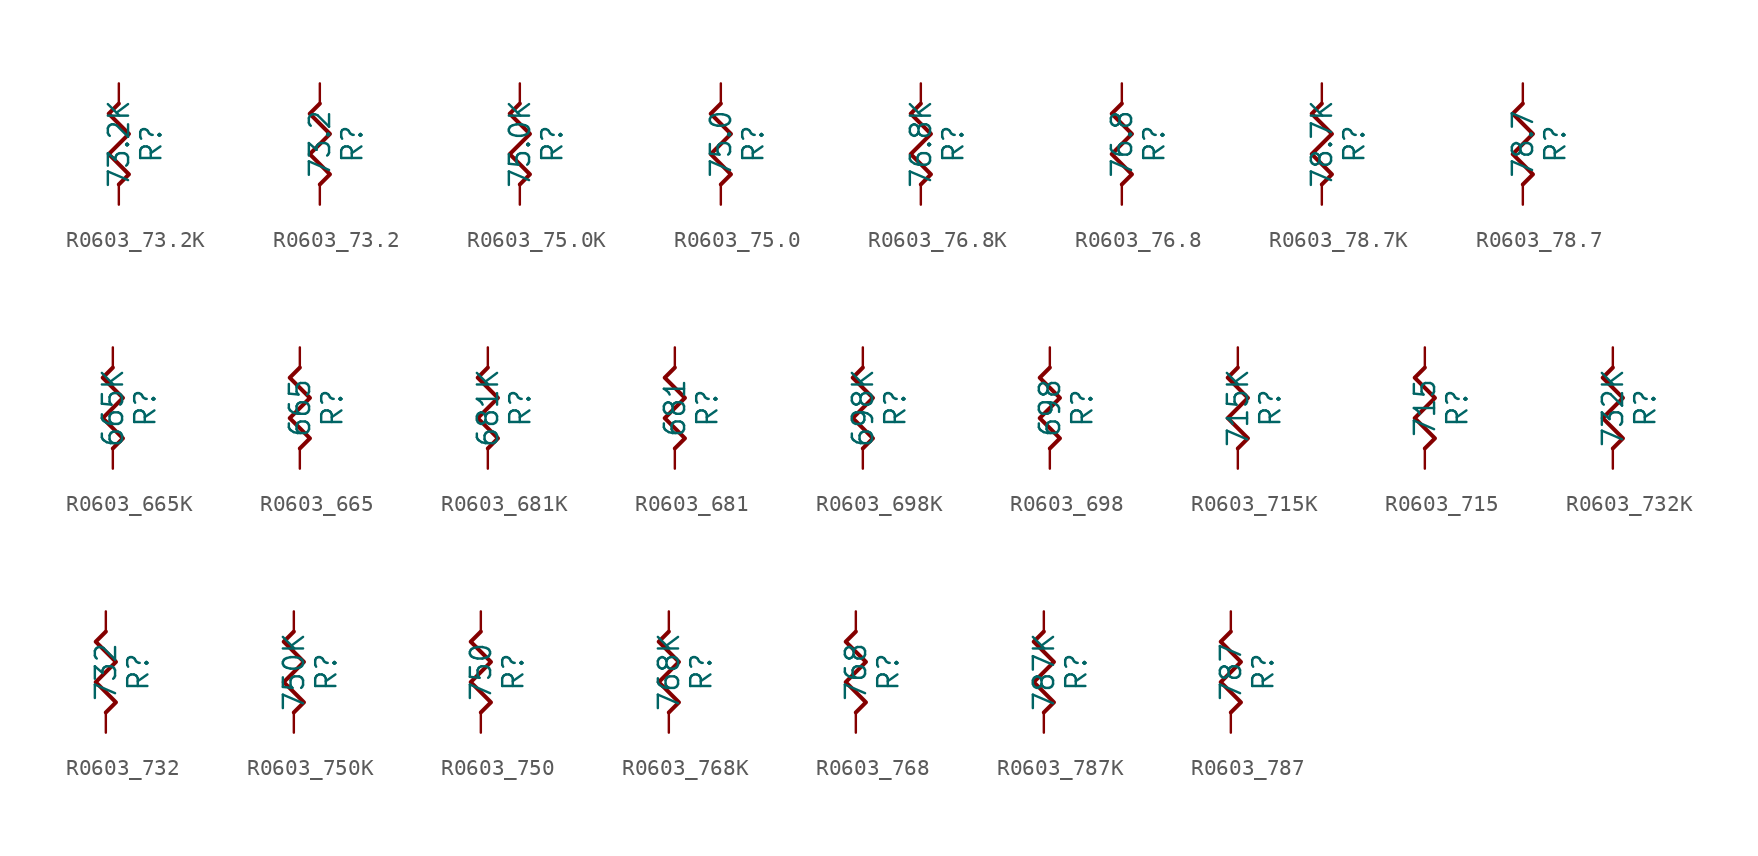
<source format=kicad_sym>
(kicad_symbol_lib
  (version 20211014)
  (generator atlantix-eda)
  (symbol "R0603_73.2K"
    (pin_numbers hide)
    (pin_names
      (offset 0))
    (property "Reference" "R"
      (at 2.032 0 90)
      (effects (font (size 1.27 1.27))))
    (property "Value" "73.2K"
      (at 0 0 90)
      (effects (font (size 1.27 1.27))))
    (symbol "R0603_73.2K_0_1"
      (polyline (pts (xy 0 -2.54) (xy 0.635 -1.905) (xy -0.635 -0.635) (xy 0.635 0.635) (xy -0.635 1.905) (xy 0 2.54)) (stroke (width 0.254) (type default) (color 0 0 0 0)) (fill (type none))))
    (symbol "R0603_73.2K_1_1"
      (pin passive line (at 0 3.81 270) (length 1.27) (name "~" (effects (font (size 1.27 1.27)))) (number "1" (effects (font (size 1.27 1.27)))))
      (pin passive line (at 0 -3.81 90) (length 1.27) (name "~" (effects (font (size 1.27 1.27)))) (number "2" (effects (font (size 1.27 1.27)))))))
  (symbol "R0603_73.2"
    (pin_numbers hide)
    (pin_names
      (offset 0))
    (property "Reference" "R"
      (at 2.032 0 90)
      (effects (font (size 1.27 1.27))))
    (property "Value" "73.2"
      (at 0 0 90)
      (effects (font (size 1.27 1.27))))
    (symbol "R0603_73.2_0_1"
      (polyline (pts (xy 0 -2.54) (xy 0.635 -1.905) (xy -0.635 -0.635) (xy 0.635 0.635) (xy -0.635 1.905) (xy 0 2.54)) (stroke (width 0.254) (type default) (color 0 0 0 0)) (fill (type none))))
    (symbol "R0603_73.2_1_1"
      (pin passive line (at 0 3.81 270) (length 1.27) (name "~" (effects (font (size 1.27 1.27)))) (number "1" (effects (font (size 1.27 1.27)))))
      (pin passive line (at 0 -3.81 90) (length 1.27) (name "~" (effects (font (size 1.27 1.27)))) (number "2" (effects (font (size 1.27 1.27)))))))
  (symbol "R0603_75.0K"
    (pin_numbers hide)
    (pin_names
      (offset 0))
    (property "Reference" "R"
      (at 2.032 0 90)
      (effects (font (size 1.27 1.27))))
    (property "Value" "75.0K"
      (at 0 0 90)
      (effects (font (size 1.27 1.27))))
    (symbol "R0603_75.0K_0_1"
      (polyline (pts (xy 0 -2.54) (xy 0.635 -1.905) (xy -0.635 -0.635) (xy 0.635 0.635) (xy -0.635 1.905) (xy 0 2.54)) (stroke (width 0.254) (type default) (color 0 0 0 0)) (fill (type none))))
    (symbol "R0603_75.0K_1_1"
      (pin passive line (at 0 3.81 270) (length 1.27) (name "~" (effects (font (size 1.27 1.27)))) (number "1" (effects (font (size 1.27 1.27)))))
      (pin passive line (at 0 -3.81 90) (length 1.27) (name "~" (effects (font (size 1.27 1.27)))) (number "2" (effects (font (size 1.27 1.27)))))))
  (symbol "R0603_75.0"
    (pin_numbers hide)
    (pin_names
      (offset 0))
    (property "Reference" "R"
      (at 2.032 0 90)
      (effects (font (size 1.27 1.27))))
    (property "Value" "75.0"
      (at 0 0 90)
      (effects (font (size 1.27 1.27))))
    (symbol "R0603_75.0_0_1"
      (polyline (pts (xy 0 -2.54) (xy 0.635 -1.905) (xy -0.635 -0.635) (xy 0.635 0.635) (xy -0.635 1.905) (xy 0 2.54)) (stroke (width 0.254) (type default) (color 0 0 0 0)) (fill (type none))))
    (symbol "R0603_75.0_1_1"
      (pin passive line (at 0 3.81 270) (length 1.27) (name "~" (effects (font (size 1.27 1.27)))) (number "1" (effects (font (size 1.27 1.27)))))
      (pin passive line (at 0 -3.81 90) (length 1.27) (name "~" (effects (font (size 1.27 1.27)))) (number "2" (effects (font (size 1.27 1.27)))))))
  (symbol "R0603_76.8K"
    (pin_numbers hide)
    (pin_names
      (offset 0))
    (property "Reference" "R"
      (at 2.032 0 90)
      (effects (font (size 1.27 1.27))))
    (property "Value" "76.8K"
      (at 0 0 90)
      (effects (font (size 1.27 1.27))))
    (symbol "R0603_76.8K_0_1"
      (polyline (pts (xy 0 -2.54) (xy 0.635 -1.905) (xy -0.635 -0.635) (xy 0.635 0.635) (xy -0.635 1.905) (xy 0 2.54)) (stroke (width 0.254) (type default) (color 0 0 0 0)) (fill (type none))))
    (symbol "R0603_76.8K_1_1"
      (pin passive line (at 0 3.81 270) (length 1.27) (name "~" (effects (font (size 1.27 1.27)))) (number "1" (effects (font (size 1.27 1.27)))))
      (pin passive line (at 0 -3.81 90) (length 1.27) (name "~" (effects (font (size 1.27 1.27)))) (number "2" (effects (font (size 1.27 1.27)))))))
  (symbol "R0603_76.8"
    (pin_numbers hide)
    (pin_names
      (offset 0))
    (property "Reference" "R"
      (at 2.032 0 90)
      (effects (font (size 1.27 1.27))))
    (property "Value" "76.8"
      (at 0 0 90)
      (effects (font (size 1.27 1.27))))
    (symbol "R0603_76.8_0_1"
      (polyline (pts (xy 0 -2.54) (xy 0.635 -1.905) (xy -0.635 -0.635) (xy 0.635 0.635) (xy -0.635 1.905) (xy 0 2.54)) (stroke (width 0.254) (type default) (color 0 0 0 0)) (fill (type none))))
    (symbol "R0603_76.8_1_1"
      (pin passive line (at 0 3.81 270) (length 1.27) (name "~" (effects (font (size 1.27 1.27)))) (number "1" (effects (font (size 1.27 1.27)))))
      (pin passive line (at 0 -3.81 90) (length 1.27) (name "~" (effects (font (size 1.27 1.27)))) (number "2" (effects (font (size 1.27 1.27)))))))
  (symbol "R0603_78.7K"
    (pin_numbers hide)
    (pin_names
      (offset 0))
    (property "Reference" "R"
      (at 2.032 0 90)
      (effects (font (size 1.27 1.27))))
    (property "Value" "78.7K"
      (at 0 0 90)
      (effects (font (size 1.27 1.27))))
    (symbol "R0603_78.7K_0_1"
      (polyline (pts (xy 0 -2.54) (xy 0.635 -1.905) (xy -0.635 -0.635) (xy 0.635 0.635) (xy -0.635 1.905) (xy 0 2.54)) (stroke (width 0.254) (type default) (color 0 0 0 0)) (fill (type none))))
    (symbol "R0603_78.7K_1_1"
      (pin passive line (at 0 3.81 270) (length 1.27) (name "~" (effects (font (size 1.27 1.27)))) (number "1" (effects (font (size 1.27 1.27)))))
      (pin passive line (at 0 -3.81 90) (length 1.27) (name "~" (effects (font (size 1.27 1.27)))) (number "2" (effects (font (size 1.27 1.27)))))))
  (symbol "R0603_78.7"
    (pin_numbers hide)
    (pin_names
      (offset 0))
    (property "Reference" "R"
      (at 2.032 0 90)
      (effects (font (size 1.27 1.27))))
    (property "Value" "78.7"
      (at 0 0 90)
      (effects (font (size 1.27 1.27))))
    (symbol "R0603_78.7_0_1"
      (polyline (pts (xy 0 -2.54) (xy 0.635 -1.905) (xy -0.635 -0.635) (xy 0.635 0.635) (xy -0.635 1.905) (xy 0 2.54)) (stroke (width 0.254) (type default) (color 0 0 0 0)) (fill (type none))))
    (symbol "R0603_78.7_1_1"
      (pin passive line (at 0 3.81 270) (length 1.27) (name "~" (effects (font (size 1.27 1.27)))) (number "1" (effects (font (size 1.27 1.27)))))
      (pin passive line (at 0 -3.81 90) (length 1.27) (name "~" (effects (font (size 1.27 1.27)))) (number "2" (effects (font (size 1.27 1.27)))))))
  (symbol "R0603_665K"
    (pin_numbers hide)
    (pin_names
      (offset 0))
    (property "Reference" "R"
      (at 2.032 0 90)
      (effects (font (size 1.27 1.27))))
    (property "Value" "665K"
      (at 0 0 90)
      (effects (font (size 1.27 1.27))))
    (symbol "R0603_665K_0_1"
      (polyline (pts (xy 0 -2.54) (xy 0.635 -1.905) (xy -0.635 -0.635) (xy 0.635 0.635) (xy -0.635 1.905) (xy 0 2.54)) (stroke (width 0.254) (type default) (color 0 0 0 0)) (fill (type none))))
    (symbol "R0603_665K_1_1"
      (pin passive line (at 0 3.81 270) (length 1.27) (name "~" (effects (font (size 1.27 1.27)))) (number "1" (effects (font (size 1.27 1.27)))))
      (pin passive line (at 0 -3.81 90) (length 1.27) (name "~" (effects (font (size 1.27 1.27)))) (number "2" (effects (font (size 1.27 1.27)))))))
  (symbol "R0603_665"
    (pin_numbers hide)
    (pin_names
      (offset 0))
    (property "Reference" "R"
      (at 2.032 0 90)
      (effects (font (size 1.27 1.27))))
    (property "Value" "665"
      (at 0 0 90)
      (effects (font (size 1.27 1.27))))
    (symbol "R0603_665_0_1"
      (polyline (pts (xy 0 -2.54) (xy 0.635 -1.905) (xy -0.635 -0.635) (xy 0.635 0.635) (xy -0.635 1.905) (xy 0 2.54)) (stroke (width 0.254) (type default) (color 0 0 0 0)) (fill (type none))))
    (symbol "R0603_665_1_1"
      (pin passive line (at 0 3.81 270) (length 1.27) (name "~" (effects (font (size 1.27 1.27)))) (number "1" (effects (font (size 1.27 1.27)))))
      (pin passive line (at 0 -3.81 90) (length 1.27) (name "~" (effects (font (size 1.27 1.27)))) (number "2" (effects (font (size 1.27 1.27)))))))
  (symbol "R0603_681K"
    (pin_numbers hide)
    (pin_names
      (offset 0))
    (property "Reference" "R"
      (at 2.032 0 90)
      (effects (font (size 1.27 1.27))))
    (property "Value" "681K"
      (at 0 0 90)
      (effects (font (size 1.27 1.27))))
    (symbol "R0603_681K_0_1"
      (polyline (pts (xy 0 -2.54) (xy 0.635 -1.905) (xy -0.635 -0.635) (xy 0.635 0.635) (xy -0.635 1.905) (xy 0 2.54)) (stroke (width 0.254) (type default) (color 0 0 0 0)) (fill (type none))))
    (symbol "R0603_681K_1_1"
      (pin passive line (at 0 3.81 270) (length 1.27) (name "~" (effects (font (size 1.27 1.27)))) (number "1" (effects (font (size 1.27 1.27)))))
      (pin passive line (at 0 -3.81 90) (length 1.27) (name "~" (effects (font (size 1.27 1.27)))) (number "2" (effects (font (size 1.27 1.27)))))))
  (symbol "R0603_681"
    (pin_numbers hide)
    (pin_names
      (offset 0))
    (property "Reference" "R"
      (at 2.032 0 90)
      (effects (font (size 1.27 1.27))))
    (property "Value" "681"
      (at 0 0 90)
      (effects (font (size 1.27 1.27))))
    (symbol "R0603_681_0_1"
      (polyline (pts (xy 0 -2.54) (xy 0.635 -1.905) (xy -0.635 -0.635) (xy 0.635 0.635) (xy -0.635 1.905) (xy 0 2.54)) (stroke (width 0.254) (type default) (color 0 0 0 0)) (fill (type none))))
    (symbol "R0603_681_1_1"
      (pin passive line (at 0 3.81 270) (length 1.27) (name "~" (effects (font (size 1.27 1.27)))) (number "1" (effects (font (size 1.27 1.27)))))
      (pin passive line (at 0 -3.81 90) (length 1.27) (name "~" (effects (font (size 1.27 1.27)))) (number "2" (effects (font (size 1.27 1.27)))))))
  (symbol "R0603_698K"
    (pin_numbers hide)
    (pin_names
      (offset 0))
    (property "Reference" "R"
      (at 2.032 0 90)
      (effects (font (size 1.27 1.27))))
    (property "Value" "698K"
      (at 0 0 90)
      (effects (font (size 1.27 1.27))))
    (symbol "R0603_698K_0_1"
      (polyline (pts (xy 0 -2.54) (xy 0.635 -1.905) (xy -0.635 -0.635) (xy 0.635 0.635) (xy -0.635 1.905) (xy 0 2.54)) (stroke (width 0.254) (type default) (color 0 0 0 0)) (fill (type none))))
    (symbol "R0603_698K_1_1"
      (pin passive line (at 0 3.81 270) (length 1.27) (name "~" (effects (font (size 1.27 1.27)))) (number "1" (effects (font (size 1.27 1.27)))))
      (pin passive line (at 0 -3.81 90) (length 1.27) (name "~" (effects (font (size 1.27 1.27)))) (number "2" (effects (font (size 1.27 1.27)))))))
  (symbol "R0603_698"
    (pin_numbers hide)
    (pin_names
      (offset 0))
    (property "Reference" "R"
      (at 2.032 0 90)
      (effects (font (size 1.27 1.27))))
    (property "Value" "698"
      (at 0 0 90)
      (effects (font (size 1.27 1.27))))
    (symbol "R0603_698_0_1"
      (polyline (pts (xy 0 -2.54) (xy 0.635 -1.905) (xy -0.635 -0.635) (xy 0.635 0.635) (xy -0.635 1.905) (xy 0 2.54)) (stroke (width 0.254) (type default) (color 0 0 0 0)) (fill (type none))))
    (symbol "R0603_698_1_1"
      (pin passive line (at 0 3.81 270) (length 1.27) (name "~" (effects (font (size 1.27 1.27)))) (number "1" (effects (font (size 1.27 1.27)))))
      (pin passive line (at 0 -3.81 90) (length 1.27) (name "~" (effects (font (size 1.27 1.27)))) (number "2" (effects (font (size 1.27 1.27)))))))
  (symbol "R0603_715K"
    (pin_numbers hide)
    (pin_names
      (offset 0))
    (property "Reference" "R"
      (at 2.032 0 90)
      (effects (font (size 1.27 1.27))))
    (property "Value" "715K"
      (at 0 0 90)
      (effects (font (size 1.27 1.27))))
    (symbol "R0603_715K_0_1"
      (polyline (pts (xy 0 -2.54) (xy 0.635 -1.905) (xy -0.635 -0.635) (xy 0.635 0.635) (xy -0.635 1.905) (xy 0 2.54)) (stroke (width 0.254) (type default) (color 0 0 0 0)) (fill (type none))))
    (symbol "R0603_715K_1_1"
      (pin passive line (at 0 3.81 270) (length 1.27) (name "~" (effects (font (size 1.27 1.27)))) (number "1" (effects (font (size 1.27 1.27)))))
      (pin passive line (at 0 -3.81 90) (length 1.27) (name "~" (effects (font (size 1.27 1.27)))) (number "2" (effects (font (size 1.27 1.27)))))))
  (symbol "R0603_715"
    (pin_numbers hide)
    (pin_names
      (offset 0))
    (property "Reference" "R"
      (at 2.032 0 90)
      (effects (font (size 1.27 1.27))))
    (property "Value" "715"
      (at 0 0 90)
      (effects (font (size 1.27 1.27))))
    (symbol "R0603_715_0_1"
      (polyline (pts (xy 0 -2.54) (xy 0.635 -1.905) (xy -0.635 -0.635) (xy 0.635 0.635) (xy -0.635 1.905) (xy 0 2.54)) (stroke (width 0.254) (type default) (color 0 0 0 0)) (fill (type none))))
    (symbol "R0603_715_1_1"
      (pin passive line (at 0 3.81 270) (length 1.27) (name "~" (effects (font (size 1.27 1.27)))) (number "1" (effects (font (size 1.27 1.27)))))
      (pin passive line (at 0 -3.81 90) (length 1.27) (name "~" (effects (font (size 1.27 1.27)))) (number "2" (effects (font (size 1.27 1.27)))))))
  (symbol "R0603_732K"
    (pin_numbers hide)
    (pin_names
      (offset 0))
    (property "Reference" "R"
      (at 2.032 0 90)
      (effects (font (size 1.27 1.27))))
    (property "Value" "732K"
      (at 0 0 90)
      (effects (font (size 1.27 1.27))))
    (symbol "R0603_732K_0_1"
      (polyline (pts (xy 0 -2.54) (xy 0.635 -1.905) (xy -0.635 -0.635) (xy 0.635 0.635) (xy -0.635 1.905) (xy 0 2.54)) (stroke (width 0.254) (type default) (color 0 0 0 0)) (fill (type none))))
    (symbol "R0603_732K_1_1"
      (pin passive line (at 0 3.81 270) (length 1.27) (name "~" (effects (font (size 1.27 1.27)))) (number "1" (effects (font (size 1.27 1.27)))))
      (pin passive line (at 0 -3.81 90) (length 1.27) (name "~" (effects (font (size 1.27 1.27)))) (number "2" (effects (font (size 1.27 1.27)))))))
  (symbol "R0603_732"
    (pin_numbers hide)
    (pin_names
      (offset 0))
    (property "Reference" "R"
      (at 2.032 0 90)
      (effects (font (size 1.27 1.27))))
    (property "Value" "732"
      (at 0 0 90)
      (effects (font (size 1.27 1.27))))
    (symbol "R0603_732_0_1"
      (polyline (pts (xy 0 -2.54) (xy 0.635 -1.905) (xy -0.635 -0.635) (xy 0.635 0.635) (xy -0.635 1.905) (xy 0 2.54)) (stroke (width 0.254) (type default) (color 0 0 0 0)) (fill (type none))))
    (symbol "R0603_732_1_1"
      (pin passive line (at 0 3.81 270) (length 1.27) (name "~" (effects (font (size 1.27 1.27)))) (number "1" (effects (font (size 1.27 1.27)))))
      (pin passive line (at 0 -3.81 90) (length 1.27) (name "~" (effects (font (size 1.27 1.27)))) (number "2" (effects (font (size 1.27 1.27)))))))
  (symbol "R0603_750K"
    (pin_numbers hide)
    (pin_names
      (offset 0))
    (property "Reference" "R"
      (at 2.032 0 90)
      (effects (font (size 1.27 1.27))))
    (property "Value" "750K"
      (at 0 0 90)
      (effects (font (size 1.27 1.27))))
    (symbol "R0603_750K_0_1"
      (polyline (pts (xy 0 -2.54) (xy 0.635 -1.905) (xy -0.635 -0.635) (xy 0.635 0.635) (xy -0.635 1.905) (xy 0 2.54)) (stroke (width 0.254) (type default) (color 0 0 0 0)) (fill (type none))))
    (symbol "R0603_750K_1_1"
      (pin passive line (at 0 3.81 270) (length 1.27) (name "~" (effects (font (size 1.27 1.27)))) (number "1" (effects (font (size 1.27 1.27)))))
      (pin passive line (at 0 -3.81 90) (length 1.27) (name "~" (effects (font (size 1.27 1.27)))) (number "2" (effects (font (size 1.27 1.27)))))))
  (symbol "R0603_750"
    (pin_numbers hide)
    (pin_names
      (offset 0))
    (property "Reference" "R"
      (at 2.032 0 90)
      (effects (font (size 1.27 1.27))))
    (property "Value" "750"
      (at 0 0 90)
      (effects (font (size 1.27 1.27))))
    (symbol "R0603_750_0_1"
      (polyline (pts (xy 0 -2.54) (xy 0.635 -1.905) (xy -0.635 -0.635) (xy 0.635 0.635) (xy -0.635 1.905) (xy 0 2.54)) (stroke (width 0.254) (type default) (color 0 0 0 0)) (fill (type none))))
    (symbol "R0603_750_1_1"
      (pin passive line (at 0 3.81 270) (length 1.27) (name "~" (effects (font (size 1.27 1.27)))) (number "1" (effects (font (size 1.27 1.27)))))
      (pin passive line (at 0 -3.81 90) (length 1.27) (name "~" (effects (font (size 1.27 1.27)))) (number "2" (effects (font (size 1.27 1.27)))))))
  (symbol "R0603_768K"
    (pin_numbers hide)
    (pin_names
      (offset 0))
    (property "Reference" "R"
      (at 2.032 0 90)
      (effects (font (size 1.27 1.27))))
    (property "Value" "768K"
      (at 0 0 90)
      (effects (font (size 1.27 1.27))))
    (symbol "R0603_768K_0_1"
      (polyline (pts (xy 0 -2.54) (xy 0.635 -1.905) (xy -0.635 -0.635) (xy 0.635 0.635) (xy -0.635 1.905) (xy 0 2.54)) (stroke (width 0.254) (type default) (color 0 0 0 0)) (fill (type none))))
    (symbol "R0603_768K_1_1"
      (pin passive line (at 0 3.81 270) (length 1.27) (name "~" (effects (font (size 1.27 1.27)))) (number "1" (effects (font (size 1.27 1.27)))))
      (pin passive line (at 0 -3.81 90) (length 1.27) (name "~" (effects (font (size 1.27 1.27)))) (number "2" (effects (font (size 1.27 1.27)))))))
  (symbol "R0603_768"
    (pin_numbers hide)
    (pin_names
      (offset 0))
    (property "Reference" "R"
      (at 2.032 0 90)
      (effects (font (size 1.27 1.27))))
    (property "Value" "768"
      (at 0 0 90)
      (effects (font (size 1.27 1.27))))
    (symbol "R0603_768_0_1"
      (polyline (pts (xy 0 -2.54) (xy 0.635 -1.905) (xy -0.635 -0.635) (xy 0.635 0.635) (xy -0.635 1.905) (xy 0 2.54)) (stroke (width 0.254) (type default) (color 0 0 0 0)) (fill (type none))))
    (symbol "R0603_768_1_1"
      (pin passive line (at 0 3.81 270) (length 1.27) (name "~" (effects (font (size 1.27 1.27)))) (number "1" (effects (font (size 1.27 1.27)))))
      (pin passive line (at 0 -3.81 90) (length 1.27) (name "~" (effects (font (size 1.27 1.27)))) (number "2" (effects (font (size 1.27 1.27)))))))
  (symbol "R0603_787K"
    (pin_numbers hide)
    (pin_names
      (offset 0))
    (property "Reference" "R"
      (at 2.032 0 90)
      (effects (font (size 1.27 1.27))))
    (property "Value" "787K"
      (at 0 0 90)
      (effects (font (size 1.27 1.27))))
    (symbol "R0603_787K_0_1"
      (polyline (pts (xy 0 -2.54) (xy 0.635 -1.905) (xy -0.635 -0.635) (xy 0.635 0.635) (xy -0.635 1.905) (xy 0 2.54)) (stroke (width 0.254) (type default) (color 0 0 0 0)) (fill (type none))))
    (symbol "R0603_787K_1_1"
      (pin passive line (at 0 3.81 270) (length 1.27) (name "~" (effects (font (size 1.27 1.27)))) (number "1" (effects (font (size 1.27 1.27)))))
      (pin passive line (at 0 -3.81 90) (length 1.27) (name "~" (effects (font (size 1.27 1.27)))) (number "2" (effects (font (size 1.27 1.27)))))))
  (symbol "R0603_787"
    (pin_numbers hide)
    (pin_names
      (offset 0))
    (property "Reference" "R"
      (at 2.032 0 90)
      (effects (font (size 1.27 1.27))))
    (property "Value" "787"
      (at 0 0 90)
      (effects (font (size 1.27 1.27))))
    (symbol "R0603_787_0_1"
      (polyline (pts (xy 0 -2.54) (xy 0.635 -1.905) (xy -0.635 -0.635) (xy 0.635 0.635) (xy -0.635 1.905) (xy 0 2.54)) (stroke (width 0.254) (type default) (color 0 0 0 0)) (fill (type none))))
    (symbol "R0603_787_1_1"
      (pin passive line (at 0 3.81 270) (length 1.27) (name "~" (effects (font (size 1.27 1.27)))) (number "1" (effects (font (size 1.27 1.27)))))
      (pin passive line (at 0 -3.81 90) (length 1.27) (name "~" (effects (font (size 1.27 1.27)))) (number "2" (effects (font (size 1.27 1.27))))))))
</source>
